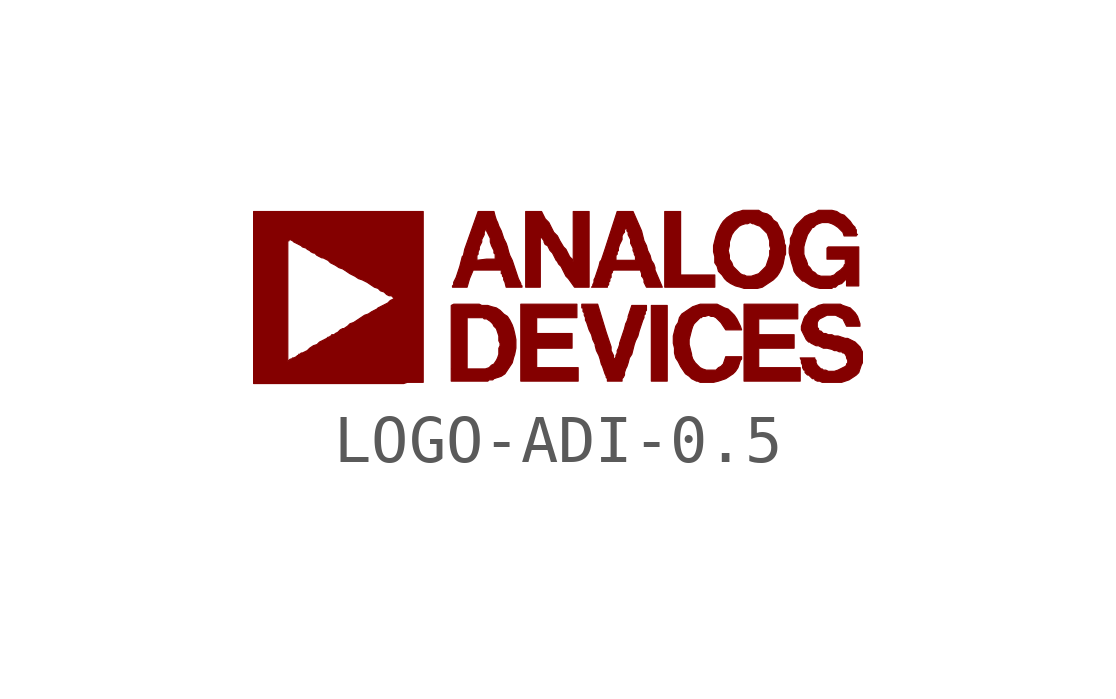
<source format=kicad_sym>
(kicad_symbol_lib
  (version 20201005)
  (generator kicad_symbol_editor)
  (symbol "LOGO-ADI-0.5"
    (pin_names
      (offset 1.016))
    (property "Reference" "#G"
      (at 0 -1.041 0)
      (effects (font (size 1.524 1.524)) hide))
    (symbol "LOGO-ADI-0.5_0_0"
      (polyline (pts (xy 2.286 -0.178) (xy 1.956 -0.178) (xy 1.956 -1.753) (xy 2.286 -1.753) (xy 2.286 -0.178)) (stroke (width 0.025)) (fill (type outline)))
      (polyline (pts (xy 3.277 0.457) (xy 2.565 0.457) (xy 2.565 1.778) (xy 2.235 1.778) (xy 2.235 0.203) (xy 3.277 0.203) (xy 3.277 0.457)) (stroke (width 0.025)) (fill (type outline)))
      (polyline (pts (xy 0.432 -1.473) (xy -0.432 -1.473) (xy -0.432 -1.067) (xy 0.305 -1.067) (xy 0.305 -0.762) (xy -0.432 -0.762) (xy -0.432 -0.432) (xy 0.406 -0.432) (xy 0.406 -0.152) (xy -0.762 -0.152) (xy -0.762 -1.753) (xy 0.432 -1.753) (xy 0.432 -1.473)) (stroke (width 0.025)) (fill (type outline)))
      (polyline (pts (xy 5.055 -1.473) (xy 4.191 -1.473) (xy 4.191 -1.067) (xy 4.928 -1.067) (xy 4.928 -0.787) (xy 4.191 -0.787) (xy 4.191 -0.457) (xy 5.004 -0.457) (xy 5.004 -0.152) (xy 3.886 -0.152) (xy 3.886 -1.753) (xy 5.055 -1.753) (xy 5.055 -1.473)) (stroke (width 0.025)) (fill (type outline)))
      (polyline (pts (xy -0.356 1.27) (xy -0.279 1.168) (xy -0.279 1.143) (xy -0.254 1.092) (xy -0.203 1.067) (xy -0.152 0.965) (xy -0.102 0.914) (xy -0.025 0.762) (xy 0 0.737) (xy 0.025 0.686) (xy 0.076 0.635) (xy 0.178 0.432) (xy 0.229 0.381) (xy 0.356 0.203) (xy 0.66 0.203) (xy 0.66 1.778) (xy 0.33 1.778) (xy 0.33 0.737) (xy 0.305 0.762) (xy 0.305 0.787) (xy 0.254 0.838) (xy 0.178 0.991) (xy 0.127 1.041) (xy 0.051 1.168) (xy 0 1.27) (xy -0.076 1.346) (xy -0.178 1.549) (xy -0.254 1.626) (xy -0.33 1.778) (xy -0.66 1.778) (xy -0.66 0.203) (xy -0.356 0.203) (xy -0.356 1.27)) (stroke (width 0.025)) (fill (type outline)))
      (polyline (pts (xy -1.422 -1.727) (xy -1.346 -1.727) (xy -1.321 -1.702) (xy -1.168 -1.651) (xy -1.092 -1.6) (xy -0.94 -1.372) (xy -0.914 -1.27) (xy -0.889 -1.194) (xy -0.864 -1.067) (xy -0.864 -0.889) (xy -0.889 -0.762) (xy -0.914 -0.66) (xy -0.94 -0.584) (xy -0.991 -0.483) (xy -1.041 -0.406) (xy -1.118 -0.356) (xy -1.194 -0.279) (xy -1.27 -0.229) (xy -1.372 -0.203) (xy -1.448 -0.178) (xy -1.575 -0.178) (xy -1.626 -0.152) (xy -2.159 -0.152) (xy -2.21 -0.178) (xy -2.21 -1.499) (xy -1.88 -1.499) (xy -1.88 -0.432) (xy -1.549 -0.432) (xy -1.524 -0.457) (xy -1.473 -0.457) (xy -1.397 -0.508) (xy -1.346 -0.559) (xy -1.321 -0.61) (xy -1.27 -0.66) (xy -1.219 -0.813) (xy -1.219 -0.914) (xy -1.194 -0.965) (xy -1.194 -1.016) (xy -1.219 -1.067) (xy -1.219 -1.194) (xy -1.245 -1.27) (xy -1.27 -1.321) (xy -1.321 -1.397) (xy -1.372 -1.422) (xy -1.422 -1.473) (xy -1.499 -1.499) (xy -1.88 -1.499) (xy -2.21 -1.499) (xy -2.21 -1.753) (xy -1.448 -1.753) (xy -1.422 -1.727)) (stroke (width 0.025)) (fill (type outline)))
      (polyline (pts (xy -1.829 0.381) (xy -1.753 0.559) (xy -1.168 0.559) (xy -1.168 0.483) (xy -1.143 0.483) (xy -1.143 0.432) (xy -1.118 0.406) (xy -1.118 0.356) (xy -1.092 0.305) (xy -1.067 0.203) (xy -0.737 0.203) (xy -0.737 0.229) (xy -0.762 0.254) (xy -0.762 0.279) (xy -0.813 0.381) (xy -0.94 0.762) (xy -0.991 0.864) (xy -1.016 0.94) (xy -1.041 1.041) (xy -1.067 1.118) (xy -1.118 1.219) (xy -1.168 1.372) (xy -1.219 1.473) (xy -1.245 1.549) (xy -1.27 1.6) (xy -1.295 1.676) (xy -1.321 1.778) (xy -1.651 1.778) (xy -1.93 0.991) (xy -1.956 0.864) (xy -1.676 0.864) (xy -1.651 0.889) (xy -1.651 0.94) (xy -1.626 0.991) (xy -1.626 1.041) (xy -1.575 1.143) (xy -1.575 1.194) (xy -1.524 1.295) (xy -1.524 1.346) (xy -1.499 1.397) (xy -1.499 1.448) (xy -1.473 1.422) (xy -1.473 1.372) (xy -1.397 1.219) (xy -1.397 1.143) (xy -1.372 1.067) (xy -1.321 0.965) (xy -1.321 0.914) (xy -1.295 0.889) (xy -1.295 0.787) (xy -1.473 0.787) (xy -1.676 0.762) (xy -1.676 0.864) (xy -1.956 0.864) (xy -1.981 0.838) (xy -2.032 0.635) (xy -2.108 0.406) (xy -2.159 0.305) (xy -2.159 0.254) (xy -2.184 0.229) (xy -2.184 0.203) (xy -1.88 0.203) (xy -1.829 0.381)) (stroke (width 0.025)) (fill (type outline)))
      (polyline (pts (xy 3.353 -1.753) (xy 3.505 -1.702) (xy 3.658 -1.6) (xy 3.708 -1.549) (xy 3.759 -1.473) (xy 3.81 -1.321) (xy 3.835 -1.295) (xy 3.835 -1.245) (xy 3.505 -1.245) (xy 3.454 -1.397) (xy 3.404 -1.448) (xy 3.353 -1.473) (xy 3.302 -1.524) (xy 3.099 -1.524) (xy 3.023 -1.499) (xy 2.972 -1.473) (xy 2.87 -1.372) (xy 2.819 -1.295) (xy 2.794 -1.219) (xy 2.794 -1.194) (xy 2.743 -0.991) (xy 2.743 -0.889) (xy 2.794 -0.686) (xy 2.819 -0.61) (xy 2.845 -0.559) (xy 2.972 -0.432) (xy 2.997 -0.432) (xy 3.023 -0.406) (xy 3.073 -0.406) (xy 3.15 -0.381) (xy 3.2 -0.406) (xy 3.251 -0.406) (xy 3.302 -0.432) (xy 3.404 -0.533) (xy 3.505 -0.686) (xy 3.835 -0.686) (xy 3.81 -0.61) (xy 3.734 -0.457) (xy 3.683 -0.381) (xy 3.556 -0.254) (xy 3.48 -0.229) (xy 3.327 -0.152) (xy 2.972 -0.152) (xy 2.819 -0.203) (xy 2.591 -0.356) (xy 2.54 -0.432) (xy 2.515 -0.533) (xy 2.464 -0.61) (xy 2.413 -0.813) (xy 2.413 -0.965) (xy 2.438 -1.067) (xy 2.438 -1.168) (xy 2.464 -1.27) (xy 2.515 -1.346) (xy 2.565 -1.448) (xy 2.667 -1.6) (xy 2.743 -1.651) (xy 2.794 -1.702) (xy 2.896 -1.753) (xy 2.921 -1.753) (xy 2.972 -1.778) (xy 3.251 -1.778) (xy 3.353 -1.753)) (stroke (width 0.025)) (fill (type outline)))
      (polyline (pts (xy 1.346 -1.702) (xy 1.372 -1.676) (xy 1.397 -1.626) (xy 1.397 -1.575) (xy 1.422 -1.499) (xy 1.448 -1.448) (xy 1.473 -1.372) (xy 1.499 -1.27) (xy 1.549 -1.194) (xy 1.6 -0.991) (xy 1.626 -0.914) (xy 1.676 -0.813) (xy 1.702 -0.711) (xy 1.778 -0.483) (xy 1.803 -0.432) (xy 1.803 -0.381) (xy 1.829 -0.356) (xy 1.829 -0.305) (xy 1.854 -0.279) (xy 1.854 -0.178) (xy 1.549 -0.178) (xy 1.473 -0.406) (xy 1.473 -0.432) (xy 1.448 -0.508) (xy 1.422 -0.559) (xy 1.397 -0.66) (xy 1.295 -0.965) (xy 1.295 -0.991) (xy 1.27 -1.067) (xy 1.245 -1.118) (xy 1.245 -1.168) (xy 1.219 -1.219) (xy 1.219 -1.245) (xy 1.194 -1.295) (xy 1.168 -1.27) (xy 1.168 -1.219) (xy 1.118 -1.118) (xy 1.118 -1.041) (xy 1.016 -0.737) (xy 0.838 -0.152) (xy 0.508 -0.152) (xy 0.508 -0.229) (xy 0.533 -0.229) (xy 0.533 -0.305) (xy 0.559 -0.33) (xy 0.559 -0.381) (xy 0.584 -0.432) (xy 0.584 -0.483) (xy 0.61 -0.533) (xy 0.66 -0.686) (xy 0.711 -0.787) (xy 0.737 -0.889) (xy 0.787 -0.991) (xy 0.787 -1.016) (xy 0.813 -1.118) (xy 0.864 -1.219) (xy 0.889 -1.295) (xy 0.914 -1.397) (xy 0.94 -1.448) (xy 0.991 -1.6) (xy 1.016 -1.651) (xy 1.016 -1.676) (xy 1.041 -1.702) (xy 1.041 -1.753) (xy 1.346 -1.753) (xy 1.346 -1.702)) (stroke (width 0.025)) (fill (type outline)))
      (polyline (pts (xy 1.041 0.229) (xy 1.067 0.254) (xy 1.067 0.305) (xy 1.092 0.33) (xy 1.092 0.381) (xy 1.118 0.406) (xy 1.118 0.483) (xy 1.143 0.508) (xy 1.143 0.533) (xy 1.168 0.559) (xy 1.727 0.559) (xy 1.753 0.483) (xy 1.753 0.432) (xy 1.778 0.406) (xy 1.803 0.356) (xy 1.803 0.305) (xy 1.854 0.203) (xy 2.184 0.203) (xy 2.032 0.559) (xy 2.032 0.61) (xy 2.007 0.686) (xy 1.956 0.762) (xy 1.93 0.864) (xy 1.88 0.965) (xy 1.854 1.067) (xy 1.803 1.168) (xy 1.753 1.372) (xy 1.575 1.778) (xy 1.245 1.778) (xy 0.991 0.991) (xy 0.94 0.838) (xy 0.914 0.762) (xy 1.219 0.762) (xy 1.219 0.864) (xy 1.245 0.889) (xy 1.245 0.94) (xy 1.27 0.965) (xy 1.27 1.016) (xy 1.295 1.092) (xy 1.346 1.194) (xy 1.346 1.27) (xy 1.372 1.321) (xy 1.397 1.346) (xy 1.397 1.397) (xy 1.422 1.422) (xy 1.448 1.422) (xy 1.448 1.372) (xy 1.473 1.346) (xy 1.473 1.295) (xy 1.524 1.194) (xy 1.524 1.118) (xy 1.575 1.016) (xy 1.575 0.965) (xy 1.6 0.914) (xy 1.6 0.889) (xy 1.626 0.838) (xy 1.626 0.762) (xy 1.219 0.762) (xy 0.914 0.762) (xy 0.889 0.737) (xy 0.864 0.635) (xy 0.787 0.406) (xy 0.762 0.356) (xy 0.762 0.305) (xy 0.737 0.254) (xy 0.737 0.229) (xy 0.711 0.203) (xy 1.041 0.203) (xy 1.041 0.229)) (stroke (width 0.025)) (fill (type outline)))
      (polyline (pts (xy 4.267 0.203) (xy 4.496 0.356) (xy 4.572 0.432) (xy 4.623 0.508) (xy 4.674 0.61) (xy 4.699 0.686) (xy 4.724 0.813) (xy 4.724 0.838) (xy 4.75 0.889) (xy 4.75 1.067) (xy 4.724 1.118) (xy 4.724 1.168) (xy 4.674 1.372) (xy 4.623 1.448) (xy 4.572 1.549) (xy 4.496 1.6) (xy 4.445 1.676) (xy 4.369 1.727) (xy 4.267 1.753) (xy 4.191 1.803) (xy 3.861 1.803) (xy 3.785 1.778) (xy 3.683 1.753) (xy 3.531 1.651) (xy 3.454 1.575) (xy 3.404 1.499) (xy 3.327 1.346) (xy 3.302 1.27) (xy 3.251 1.067) (xy 3.251 0.965) (xy 3.556 0.965) (xy 3.581 1.067) (xy 3.581 1.143) (xy 3.632 1.295) (xy 3.683 1.372) (xy 3.785 1.473) (xy 3.835 1.499) (xy 3.912 1.524) (xy 3.962 1.524) (xy 4.013 1.549) (xy 4.064 1.524) (xy 4.089 1.524) (xy 4.14 1.499) (xy 4.216 1.473) (xy 4.369 1.321) (xy 4.42 1.168) (xy 4.42 1.067) (xy 4.445 0.991) (xy 4.42 0.965) (xy 4.42 0.864) (xy 4.343 0.635) (xy 4.191 0.483) (xy 4.039 0.432) (xy 3.937 0.432) (xy 3.886 0.457) (xy 3.861 0.457) (xy 3.81 0.483) (xy 3.658 0.635) (xy 3.632 0.711) (xy 3.581 0.787) (xy 3.581 0.864) (xy 3.556 0.965) (xy 3.251 0.965) (xy 3.251 0.94) (xy 3.277 0.838) (xy 3.277 0.711) (xy 3.327 0.635) (xy 3.353 0.533) (xy 3.429 0.457) (xy 3.48 0.381) (xy 3.531 0.33) (xy 3.607 0.279) (xy 3.708 0.229) (xy 3.81 0.203) (xy 3.886 0.178) (xy 4.166 0.178) (xy 4.267 0.203)) (stroke (width 0.025)) (fill (type outline)))
      (polyline (pts (xy 5.74 0.203) (xy 5.791 0.203) (xy 5.842 0.254) (xy 5.918 0.279) (xy 6.02 0.381) (xy 6.02 0.229) (xy 6.274 0.229) (xy 6.274 1.041) (xy 5.639 1.041) (xy 5.613 1.016) (xy 5.613 0.787) (xy 5.994 0.787) (xy 5.994 0.686) (xy 5.969 0.66) (xy 5.969 0.635) (xy 5.893 0.559) (xy 5.817 0.508) (xy 5.766 0.457) (xy 5.69 0.432) (xy 5.486 0.432) (xy 5.41 0.457) (xy 5.359 0.508) (xy 5.309 0.533) (xy 5.258 0.61) (xy 5.207 0.66) (xy 5.207 0.686) (xy 5.182 0.762) (xy 5.156 0.813) (xy 5.131 0.889) (xy 5.131 1.041) (xy 5.156 1.143) (xy 5.207 1.295) (xy 5.309 1.448) (xy 5.334 1.448) (xy 5.385 1.499) (xy 5.436 1.524) (xy 5.512 1.549) (xy 5.639 1.549) (xy 5.715 1.524) (xy 5.766 1.499) (xy 5.842 1.448) (xy 5.944 1.346) (xy 5.969 1.27) (xy 6.223 1.27) (xy 6.223 1.295) (xy 6.248 1.295) (xy 6.223 1.321) (xy 6.223 1.397) (xy 6.198 1.422) (xy 6.198 1.448) (xy 6.147 1.499) (xy 6.096 1.575) (xy 5.969 1.702) (xy 5.893 1.727) (xy 5.817 1.778) (xy 5.715 1.803) (xy 5.436 1.803) (xy 5.359 1.753) (xy 5.258 1.727) (xy 5.156 1.676) (xy 4.978 1.499) (xy 4.928 1.422) (xy 4.902 1.321) (xy 4.851 1.219) (xy 4.851 1.118) (xy 4.826 1.016) (xy 4.826 0.914) (xy 4.877 0.711) (xy 4.902 0.635) (xy 4.928 0.533) (xy 4.978 0.457) (xy 5.105 0.33) (xy 5.131 0.33) (xy 5.283 0.229) (xy 5.359 0.203) (xy 5.461 0.178) (xy 5.715 0.178) (xy 5.74 0.203)) (stroke (width 0.025)) (fill (type outline)))
      (polyline (pts (xy -3.124 -1.778) (xy -2.794 -1.778) (xy -2.794 1.778) (xy -6.325 1.778) (xy -6.325 1.168) (xy -5.613 1.168) (xy -5.588 1.168) (xy -5.588 1.194) (xy -5.563 1.194) (xy -5.512 1.168) (xy -5.486 1.143) (xy -5.334 1.067) (xy -5.309 1.041) (xy -5.232 1.016) (xy -5.207 0.991) (xy -5.156 0.965) (xy -5.131 0.94) (xy -5.08 0.914) (xy -5.055 0.914) (xy -5.004 0.864) (xy -4.902 0.813) (xy -4.877 0.813) (xy -4.775 0.762) (xy -4.724 0.711) (xy -4.623 0.66) (xy -4.547 0.61) (xy -4.47 0.584) (xy -4.318 0.483) (xy -4.216 0.432) (xy -4.14 0.381) (xy -4.064 0.356) (xy -3.962 0.305) (xy -3.81 0.203) (xy -3.734 0.178) (xy -3.683 0.127) (xy -3.607 0.102) (xy -3.556 0.051) (xy -3.505 0.025) (xy -3.454 0.025) (xy -3.404 -0.025) (xy -3.378 -0.025) (xy -3.48 -0.076) (xy -3.531 -0.127) (xy -3.734 -0.229) (xy -3.759 -0.254) (xy -3.861 -0.305) (xy -3.937 -0.356) (xy -4.013 -0.381) (xy -4.242 -0.533) (xy -4.318 -0.559) (xy -4.369 -0.61) (xy -4.445 -0.66) (xy -4.47 -0.66) (xy -4.521 -0.686) (xy -4.572 -0.737) (xy -4.623 -0.762) (xy -4.648 -0.787) (xy -4.699 -0.787) (xy -4.699 -0.813) (xy -4.724 -0.813) (xy -4.75 -0.838) (xy -4.775 -0.838) (xy -4.801 -0.864) (xy -4.953 -0.94) (xy -5.004 -0.991) (xy -5.08 -1.016) (xy -5.156 -1.067) (xy -5.207 -1.118) (xy -5.309 -1.168) (xy -5.334 -1.168) (xy -5.359 -1.194) (xy -5.385 -1.194) (xy -5.385 -1.219) (xy -5.41 -1.219) (xy -5.436 -1.245) (xy -5.486 -1.27) (xy -5.512 -1.27) (xy -5.537 -1.295) (xy -5.563 -1.295) (xy -5.613 -1.346) (xy -5.613 1.168) (xy -6.325 1.168) (xy -6.325 -1.803) (xy -3.2 -1.803) (xy -3.124 -1.778)) (stroke (width 0.025)) (fill (type outline)))
      (polyline (pts (xy 6.071 -1.727) (xy 6.223 -1.626) (xy 6.274 -1.575) (xy 6.325 -1.422) (xy 6.35 -1.372) (xy 6.35 -1.143) (xy 6.299 -1.041) (xy 6.198 -0.94) (xy 6.045 -0.864) (xy 5.994 -0.864) (xy 5.842 -0.813) (xy 5.766 -0.813) (xy 5.715 -0.787) (xy 5.639 -0.787) (xy 5.588 -0.762) (xy 5.537 -0.762) (xy 5.486 -0.711) (xy 5.461 -0.711) (xy 5.436 -0.686) (xy 5.436 -0.66) (xy 5.41 -0.635) (xy 5.41 -0.533) (xy 5.436 -0.483) (xy 5.461 -0.457) (xy 5.613 -0.381) (xy 5.791 -0.381) (xy 5.944 -0.457) (xy 6.02 -0.61) (xy 6.299 -0.61) (xy 6.299 -0.559) (xy 6.248 -0.406) (xy 6.198 -0.33) (xy 6.096 -0.229) (xy 5.944 -0.178) (xy 5.893 -0.152) (xy 5.537 -0.152) (xy 5.436 -0.178) (xy 5.359 -0.229) (xy 5.283 -0.254) (xy 5.232 -0.305) (xy 5.207 -0.356) (xy 5.156 -0.406) (xy 5.131 -0.457) (xy 5.08 -0.61) (xy 5.08 -0.686) (xy 5.182 -0.889) (xy 5.232 -0.94) (xy 5.258 -0.94) (xy 5.283 -0.965) (xy 5.385 -1.016) (xy 5.436 -1.016) (xy 5.537 -1.067) (xy 5.613 -1.067) (xy 5.715 -1.092) (xy 5.766 -1.118) (xy 5.817 -1.118) (xy 5.867 -1.143) (xy 5.918 -1.143) (xy 5.944 -1.168) (xy 5.969 -1.168) (xy 5.994 -1.194) (xy 6.02 -1.245) (xy 6.02 -1.27) (xy 6.045 -1.321) (xy 6.045 -1.372) (xy 6.02 -1.397) (xy 6.02 -1.422) (xy 5.994 -1.448) (xy 5.842 -1.524) (xy 5.766 -1.549) (xy 5.639 -1.549) (xy 5.588 -1.524) (xy 5.537 -1.524) (xy 5.512 -1.499) (xy 5.486 -1.499) (xy 5.41 -1.422) (xy 5.385 -1.372) (xy 5.385 -1.321) (xy 5.359 -1.295) (xy 5.359 -1.27) (xy 5.055 -1.27) (xy 5.08 -1.321) (xy 5.08 -1.372) (xy 5.105 -1.422) (xy 5.105 -1.473) (xy 5.131 -1.524) (xy 5.156 -1.524) (xy 5.156 -1.575) (xy 5.207 -1.626) (xy 5.232 -1.626) (xy 5.309 -1.702) (xy 5.359 -1.702) (xy 5.359 -1.727) (xy 5.41 -1.753) (xy 5.461 -1.753) (xy 5.512 -1.778) (xy 5.918 -1.778) (xy 6.071 -1.727)) (stroke (width 0.025)) (fill (type outline))))))
</source>
